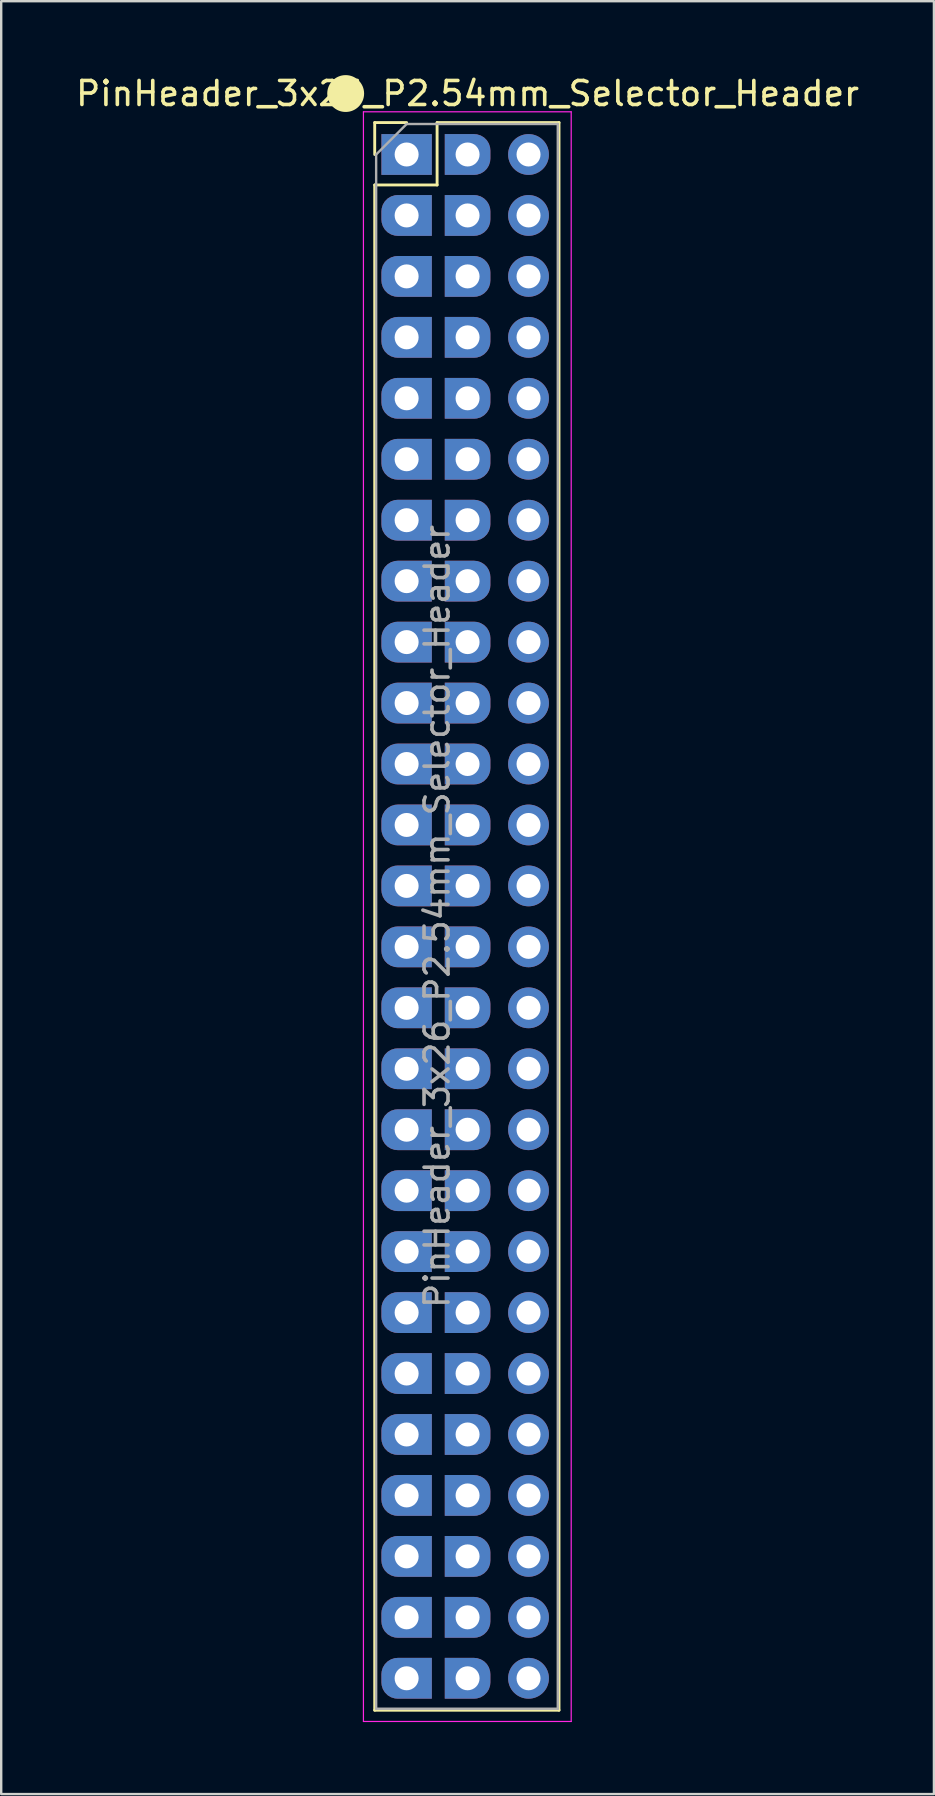
<source format=kicad_pcb>
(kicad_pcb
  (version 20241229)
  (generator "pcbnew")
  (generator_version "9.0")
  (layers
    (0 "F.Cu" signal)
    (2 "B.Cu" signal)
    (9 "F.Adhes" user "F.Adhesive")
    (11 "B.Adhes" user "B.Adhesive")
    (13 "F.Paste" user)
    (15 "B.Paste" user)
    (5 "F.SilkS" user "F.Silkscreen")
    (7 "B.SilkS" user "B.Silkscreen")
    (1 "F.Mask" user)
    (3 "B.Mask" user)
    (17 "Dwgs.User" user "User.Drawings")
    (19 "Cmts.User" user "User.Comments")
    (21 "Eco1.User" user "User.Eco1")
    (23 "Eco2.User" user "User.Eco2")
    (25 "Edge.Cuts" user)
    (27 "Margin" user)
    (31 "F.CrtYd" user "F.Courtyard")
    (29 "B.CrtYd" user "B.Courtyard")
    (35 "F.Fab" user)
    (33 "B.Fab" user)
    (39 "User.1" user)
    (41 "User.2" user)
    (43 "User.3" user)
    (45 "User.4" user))
  (footprint "PinHeader_3x26_P2.54mm_Selector_Header"
    (layer "F.Cu")
    (at 13.895 3.388)
    (property "Reference" "PinHeader_3x26_P2.54mm_Selector_Header" (at 2.54 -2.54 0) (layer "F.SilkS") (effects (font (size 1 1) (thickness 0.15))))
    (attr through_hole)
    (fp_line (start -1.33 -1.33) (end 0 -1.33) (stroke (width 0.12) (type solid)) (layer "F.SilkS"))
    (fp_line (start -1.33 0) (end -1.33 -1.33) (stroke (width 0.12) (type solid)) (layer "F.SilkS"))
    (fp_line (start -1.33 1.27) (end -1.33 64.83) (stroke (width 0.12) (type solid)) (layer "F.SilkS"))
    (fp_line (start -1.33 1.27) (end 1.27 1.27) (stroke (width 0.12) (type solid)) (layer "F.SilkS"))
    (fp_line (start -1.33 64.83) (end 6.35 64.83) (stroke (width 0.12) (type solid)) (layer "F.SilkS"))
    (fp_line (start 1.27 -1.33) (end 6.35 -1.33) (stroke (width 0.12) (type solid)) (layer "F.SilkS"))
    (fp_line (start 1.27 1.27) (end 1.27 -1.33) (stroke (width 0.12) (type solid)) (layer "F.SilkS"))
    (fp_line (start 6.35 -1.33) (end 6.35 64.83) (stroke (width 0.12) (type solid)) (layer "F.SilkS"))
    (fp_circle (center -2.54 -2.54) (end -1.822 -2.54) (stroke (width 0.1) (type solid)) (fill yes) (layer "F.SilkS"))
    (fp_line (start -1.8 -1.778) (end -1.8 65.3) (stroke (width 0.05) (type solid)) (layer "F.CrtYd"))
    (fp_line (start -1.8 65.3) (end 6.858 65.3) (stroke (width 0.05) (type solid)) (layer "F.CrtYd"))
    (fp_line (start 6.858 -1.778) (end -1.8 -1.778) (stroke (width 0.05) (type solid)) (layer "F.CrtYd"))
    (fp_line (start 6.858 65.3) (end 6.858 -1.778) (stroke (width 0.05) (type solid)) (layer "F.CrtYd"))
    (fp_line (start -1.27 0) (end 0 -1.27) (stroke (width 0.1) (type solid)) (layer "F.Fab"))
    (fp_line (start -1.27 64.77) (end -1.27 0) (stroke (width 0.1) (type solid)) (layer "F.Fab"))
    (fp_line (start 0 -1.27) (end 6.299 -1.27) (stroke (width 0.1) (type solid)) (layer "F.Fab"))
    (fp_line (start 6.299 -1.27) (end 6.299 64.77) (stroke (width 0.1) (type solid)) (layer "F.Fab"))
    (fp_line (start 6.299 64.77) (end -1.27 64.77) (stroke (width 0.1) (type solid)) (layer "F.Fab"))
    (fp_text user "${REFERENCE}" (at 1.27 31.75 90) (layer "F.Fab") (effects (font (size 1 1) (thickness 0.15))))
    (pad "a1" thru_hole rect (at 0 0) (size 2.1 1.7) (drill 1) (layers "*.Cu" "*.Mask"))
    (pad "a2" thru_hole roundrect (at 0 2.54) (size 2.1 1.7) (drill 1) (layers "*.Cu" "*.Mask") (roundrect_rratio 0.4) (chamfer_ratio 0) (chamfer top_right bottom_right))
    (pad "a3" thru_hole roundrect (at 0 5.08) (size 2.1 1.7) (drill 1) (layers "*.Cu" "*.Mask") (roundrect_rratio 0.4) (chamfer_ratio 0) (chamfer top_right bottom_right))
    (pad "a4" thru_hole roundrect (at 0 7.62) (size 2.1 1.7) (drill 1) (layers "*.Cu" "*.Mask") (roundrect_rratio 0.4) (chamfer_ratio 0) (chamfer top_right bottom_right))
    (pad "a5" thru_hole roundrect (at 0 10.16) (size 2.1 1.7) (drill 1) (layers "*.Cu" "*.Mask") (roundrect_rratio 0.4) (chamfer_ratio 0) (chamfer top_right bottom_right))
    (pad "a6" thru_hole roundrect (at 0 12.7) (size 2.1 1.7) (drill 1) (layers "*.Cu" "*.Mask") (roundrect_rratio 0.4) (chamfer_ratio 0) (chamfer top_right bottom_right))
    (pad "a7" thru_hole roundrect (at 0 15.24) (size 2.1 1.7) (drill 1) (layers "*.Cu" "*.Mask") (roundrect_rratio 0.4) (chamfer_ratio 0) (chamfer top_right bottom_right))
    (pad "a8" thru_hole roundrect (at 0 17.78) (size 2.1 1.7) (drill 1) (layers "*.Cu" "*.Mask") (roundrect_rratio 0.4) (chamfer_ratio 0) (chamfer top_right bottom_right))
    (pad "a9" thru_hole roundrect (at 0 20.32) (size 2.1 1.7) (drill 1) (layers "*.Cu" "*.Mask") (roundrect_rratio 0.4) (chamfer_ratio 0) (chamfer top_right bottom_right))
    (pad "a10" thru_hole roundrect (at 0 22.86) (size 2.1 1.7) (drill 1) (layers "*.Cu" "*.Mask") (roundrect_rratio 0.4) (chamfer_ratio 0) (chamfer top_right bottom_right))
    (pad "a11" thru_hole roundrect (at 0 25.4) (size 2.1 1.7) (drill 1) (layers "*.Cu" "*.Mask") (roundrect_rratio 0.4) (chamfer_ratio 0) (chamfer top_right bottom_right))
    (pad "a12" thru_hole roundrect (at 0 27.94) (size 2.1 1.7) (drill 1) (layers "*.Cu" "*.Mask") (roundrect_rratio 0.4) (chamfer_ratio 0) (chamfer top_right bottom_right))
    (pad "a13" thru_hole roundrect (at 0 30.48) (size 2.1 1.7) (drill 1) (layers "*.Cu" "*.Mask") (roundrect_rratio 0.4) (chamfer_ratio 0) (chamfer top_right bottom_right))
    (pad "a14" thru_hole roundrect (at 0 33.02) (size 2.1 1.7) (drill 1) (layers "*.Cu" "*.Mask") (roundrect_rratio 0.4) (chamfer_ratio 0) (chamfer top_right bottom_right))
    (pad "a15" thru_hole roundrect (at 0 35.56) (size 2.1 1.7) (drill 1) (layers "*.Cu" "*.Mask") (roundrect_rratio 0.4) (chamfer_ratio 0) (chamfer top_right bottom_right))
    (pad "a16" thru_hole roundrect (at 0 38.1) (size 2.1 1.7) (drill 1) (layers "*.Cu" "*.Mask") (roundrect_rratio 0.4) (chamfer_ratio 0) (chamfer top_right bottom_right))
    (pad "a17" thru_hole roundrect (at 0 40.64) (size 2.1 1.7) (drill 1) (layers "*.Cu" "*.Mask") (roundrect_rratio 0.4) (chamfer_ratio 0) (chamfer top_right bottom_right))
    (pad "a18" thru_hole roundrect (at 0 43.18) (size 2.1 1.7) (drill 1) (layers "*.Cu" "*.Mask") (roundrect_rratio 0.4) (chamfer_ratio 0) (chamfer top_right bottom_right))
    (pad "a19" thru_hole roundrect (at 0 45.72) (size 2.1 1.7) (drill 1) (layers "*.Cu" "*.Mask") (roundrect_rratio 0.4) (chamfer_ratio 0) (chamfer top_right bottom_right))
    (pad "a20" thru_hole roundrect (at 0 48.26) (size 2.1 1.7) (drill 1) (layers "*.Cu" "*.Mask") (roundrect_rratio 0.4) (chamfer_ratio 0) (chamfer top_right bottom_right))
    (pad "a21" thru_hole roundrect (at 0 50.8) (size 2.1 1.7) (drill 1) (layers "*.Cu" "*.Mask") (roundrect_rratio 0.4) (chamfer_ratio 0) (chamfer top_right bottom_right))
    (pad "a22" thru_hole roundrect (at 0 53.34) (size 2.1 1.7) (drill 1) (layers "*.Cu" "*.Mask") (roundrect_rratio 0.4) (chamfer_ratio 0) (chamfer top_right bottom_right))
    (pad "a23" thru_hole roundrect (at 0 55.88) (size 2.1 1.7) (drill 1) (layers "*.Cu" "*.Mask") (roundrect_rratio 0.4) (chamfer_ratio 0) (chamfer top_right bottom_right))
    (pad "a24" thru_hole roundrect (at 0 58.42) (size 2.1 1.7) (drill 1) (layers "*.Cu" "*.Mask") (roundrect_rratio 0.4) (chamfer_ratio 0) (chamfer top_right bottom_right))
    (pad "a25" thru_hole roundrect (at 0 60.96) (size 2.1 1.7) (drill 1) (layers "*.Cu" "*.Mask") (roundrect_rratio 0.4) (chamfer_ratio 0) (chamfer top_right bottom_right))
    (pad "a26" thru_hole roundrect (at 0 63.5) (size 2.1 1.7) (drill 1) (layers "*.Cu" "*.Mask") (roundrect_rratio 0.4) (chamfer_ratio 0) (chamfer top_right bottom_right))
    (pad "b1" thru_hole oval (at 5.08 0) (size 1.7 1.7) (drill 1) (layers "*.Cu" "*.Mask"))
    (pad "b2" thru_hole oval (at 5.08 2.54) (size 1.7 1.7) (drill 1) (layers "*.Cu" "*.Mask"))
    (pad "b3" thru_hole oval (at 5.08 5.08) (size 1.7 1.7) (drill 1) (layers "*.Cu" "*.Mask"))
    (pad "b4" thru_hole oval (at 5.08 7.62) (size 1.7 1.7) (drill 1) (layers "*.Cu" "*.Mask"))
    (pad "b5" thru_hole oval (at 5.08 10.16) (size 1.7 1.7) (drill 1) (layers "*.Cu" "*.Mask"))
    (pad "b6" thru_hole oval (at 5.08 12.7) (size 1.7 1.7) (drill 1) (layers "*.Cu" "*.Mask"))
    (pad "b7" thru_hole oval (at 5.08 15.24) (size 1.7 1.7) (drill 1) (layers "*.Cu" "*.Mask"))
    (pad "b8" thru_hole oval (at 5.08 17.78) (size 1.7 1.7) (drill 1) (layers "*.Cu" "*.Mask"))
    (pad "b9" thru_hole oval (at 5.08 20.32) (size 1.7 1.7) (drill 1) (layers "*.Cu" "*.Mask"))
    (pad "b10" thru_hole oval (at 5.08 22.86) (size 1.7 1.7) (drill 1) (layers "*.Cu" "*.Mask"))
    (pad "b11" thru_hole oval (at 5.08 25.4) (size 1.7 1.7) (drill 1) (layers "*.Cu" "*.Mask"))
    (pad "b12" thru_hole oval (at 5.08 27.94) (size 1.7 1.7) (drill 1) (layers "*.Cu" "*.Mask"))
    (pad "b13" thru_hole oval (at 5.08 30.48) (size 1.7 1.7) (drill 1) (layers "*.Cu" "*.Mask"))
    (pad "b14" thru_hole oval (at 5.08 33.02) (size 1.7 1.7) (drill 1) (layers "*.Cu" "*.Mask"))
    (pad "b15" thru_hole oval (at 5.08 35.56) (size 1.7 1.7) (drill 1) (layers "*.Cu" "*.Mask"))
    (pad "b16" thru_hole oval (at 5.08 38.1) (size 1.7 1.7) (drill 1) (layers "*.Cu" "*.Mask"))
    (pad "b17" thru_hole oval (at 5.08 40.64) (size 1.7 1.7) (drill 1) (layers "*.Cu" "*.Mask"))
    (pad "b18" thru_hole oval (at 5.08 43.18) (size 1.7 1.7) (drill 1) (layers "*.Cu" "*.Mask"))
    (pad "b19" thru_hole oval (at 5.08 45.72) (size 1.7 1.7) (drill 1) (layers "*.Cu" "*.Mask"))
    (pad "b20" thru_hole oval (at 5.08 48.26) (size 1.7 1.7) (drill 1) (layers "*.Cu" "*.Mask"))
    (pad "b21" thru_hole oval (at 5.08 50.8) (size 1.7 1.7) (drill 1) (layers "*.Cu" "*.Mask"))
    (pad "b22" thru_hole oval (at 5.08 53.34) (size 1.7 1.7) (drill 1) (layers "*.Cu" "*.Mask"))
    (pad "b23" thru_hole oval (at 5.08 55.88) (size 1.7 1.7) (drill 1) (layers "*.Cu" "*.Mask"))
    (pad "b24" thru_hole oval (at 5.08 58.42) (size 1.7 1.7) (drill 1) (layers "*.Cu" "*.Mask"))
    (pad "b25" thru_hole oval (at 5.08 60.96) (size 1.7 1.7) (drill 1) (layers "*.Cu" "*.Mask"))
    (pad "b26" thru_hole oval (at 5.08 63.5) (size 1.7 1.7) (drill 1) (layers "*.Cu" "*.Mask"))
    (pad "x1" thru_hole roundrect (at 2.54 0) (size 1.9 1.7) (drill 1) (layers "*.Cu" "*.Mask") (roundrect_rratio 0.4) (chamfer_ratio 0) (chamfer top_left bottom_left))
    (pad "x2" thru_hole roundrect (at 2.54 2.54) (size 1.9 1.7) (drill 1) (layers "*.Cu" "*.Mask") (roundrect_rratio 0.4) (chamfer_ratio 0) (chamfer top_left bottom_left))
    (pad "x3" thru_hole roundrect (at 2.54 5.08) (size 1.9 1.7) (drill 1) (layers "*.Cu" "*.Mask") (roundrect_rratio 0.4) (chamfer_ratio 0) (chamfer top_left bottom_left))
    (pad "x4" thru_hole roundrect (at 2.54 7.62) (size 1.9 1.7) (drill 1) (layers "*.Cu" "*.Mask") (roundrect_rratio 0.4) (chamfer_ratio 0) (chamfer top_left bottom_left))
    (pad "x5" thru_hole roundrect (at 2.54 10.16) (size 1.9 1.7) (drill 1) (layers "*.Cu" "*.Mask") (roundrect_rratio 0.4) (chamfer_ratio 0) (chamfer top_left bottom_left))
    (pad "x6" thru_hole roundrect (at 2.54 12.7) (size 1.9 1.7) (drill 1) (layers "*.Cu" "*.Mask") (roundrect_rratio 0.4) (chamfer_ratio 0) (chamfer top_left bottom_left))
    (pad "x7" thru_hole roundrect (at 2.54 15.24) (size 1.9 1.7) (drill 1) (layers "*.Cu" "*.Mask") (roundrect_rratio 0.4) (chamfer_ratio 0) (chamfer top_left bottom_left))
    (pad "x8" thru_hole roundrect (at 2.54 17.78) (size 1.9 1.7) (drill 1) (layers "*.Cu" "*.Mask") (roundrect_rratio 0.4) (chamfer_ratio 0) (chamfer top_left bottom_left))
    (pad "x9" thru_hole roundrect (at 2.54 20.32) (size 1.9 1.7) (drill 1) (layers "*.Cu" "*.Mask") (roundrect_rratio 0.4) (chamfer_ratio 0) (chamfer top_left bottom_left))
    (pad "x10" thru_hole roundrect (at 2.54 22.86) (size 1.9 1.7) (drill 1) (layers "*.Cu" "*.Mask") (roundrect_rratio 0.4) (chamfer_ratio 0) (chamfer top_left bottom_left))
    (pad "x11" thru_hole roundrect (at 2.54 25.4) (size 1.9 1.7) (drill 1) (layers "*.Cu" "*.Mask") (roundrect_rratio 0.4) (chamfer_ratio 0) (chamfer top_left bottom_left))
    (pad "x12" thru_hole roundrect (at 2.54 27.94) (size 1.9 1.7) (drill 1) (layers "*.Cu" "*.Mask") (roundrect_rratio 0.4) (chamfer_ratio 0) (chamfer top_left bottom_left))
    (pad "x13" thru_hole roundrect (at 2.54 30.48) (size 1.9 1.7) (drill 1) (layers "*.Cu" "*.Mask") (roundrect_rratio 0.4) (chamfer_ratio 0) (chamfer top_left bottom_left))
    (pad "x14" thru_hole roundrect (at 2.54 33.02) (size 1.9 1.7) (drill 1) (layers "*.Cu" "*.Mask") (roundrect_rratio 0.4) (chamfer_ratio 0) (chamfer top_left bottom_left))
    (pad "x15" thru_hole roundrect (at 2.54 35.56) (size 1.9 1.7) (drill 1) (layers "*.Cu" "*.Mask") (roundrect_rratio 0.4) (chamfer_ratio 0) (chamfer top_left bottom_left))
    (pad "x16" thru_hole roundrect (at 2.54 38.1) (size 1.9 1.7) (drill 1) (layers "*.Cu" "*.Mask") (roundrect_rratio 0.4) (chamfer_ratio 0) (chamfer top_left bottom_left))
    (pad "x17" thru_hole roundrect (at 2.54 40.64) (size 1.9 1.7) (drill 1) (layers "*.Cu" "*.Mask") (roundrect_rratio 0.4) (chamfer_ratio 0) (chamfer top_left bottom_left))
    (pad "x18" thru_hole roundrect (at 2.54 43.18) (size 1.9 1.7) (drill 1) (layers "*.Cu" "*.Mask") (roundrect_rratio 0.4) (chamfer_ratio 0) (chamfer top_left bottom_left))
    (pad "x19" thru_hole roundrect (at 2.54 45.72) (size 1.9 1.7) (drill 1) (layers "*.Cu" "*.Mask") (roundrect_rratio 0.4) (chamfer_ratio 0) (chamfer top_left bottom_left))
    (pad "x20" thru_hole roundrect (at 2.54 48.26) (size 1.9 1.7) (drill 1) (layers "*.Cu" "*.Mask") (roundrect_rratio 0.4) (chamfer_ratio 0) (chamfer top_left bottom_left))
    (pad "x21" thru_hole roundrect (at 2.54 50.8) (size 1.9 1.7) (drill 1) (layers "*.Cu" "*.Mask") (roundrect_rratio 0.4) (chamfer_ratio 0) (chamfer top_left bottom_left))
    (pad "x22" thru_hole roundrect (at 2.54 53.34) (size 1.9 1.7) (drill 1) (layers "*.Cu" "*.Mask") (roundrect_rratio 0.4) (chamfer_ratio 0) (chamfer top_left bottom_left))
    (pad "x23" thru_hole roundrect (at 2.54 55.88) (size 1.9 1.7) (drill 1) (layers "*.Cu" "*.Mask") (roundrect_rratio 0.4) (chamfer_ratio 0) (chamfer top_left bottom_left))
    (pad "x24" thru_hole roundrect (at 2.54 58.42) (size 1.9 1.7) (drill 1) (layers "*.Cu" "*.Mask") (roundrect_rratio 0.4) (chamfer_ratio 0) (chamfer top_left bottom_left))
    (pad "x25" thru_hole roundrect (at 2.54 60.96) (size 1.9 1.7) (drill 1) (layers "*.Cu" "*.Mask") (roundrect_rratio 0.4) (chamfer_ratio 0) (chamfer top_left bottom_left))
    (pad "x26" thru_hole roundrect (at 2.54 63.5) (size 1.9 1.7) (drill 1) (layers "*.Cu" "*.Mask") (roundrect_rratio 0.4) (chamfer_ratio 0) (chamfer top_left bottom_left)))
  (gr_rect
    (start -3 -3)
    (end 35.869 71.713)
    (stroke (width 0.1) (type default))
    (fill no)
    (layer "Edge.Cuts")))
</source>
